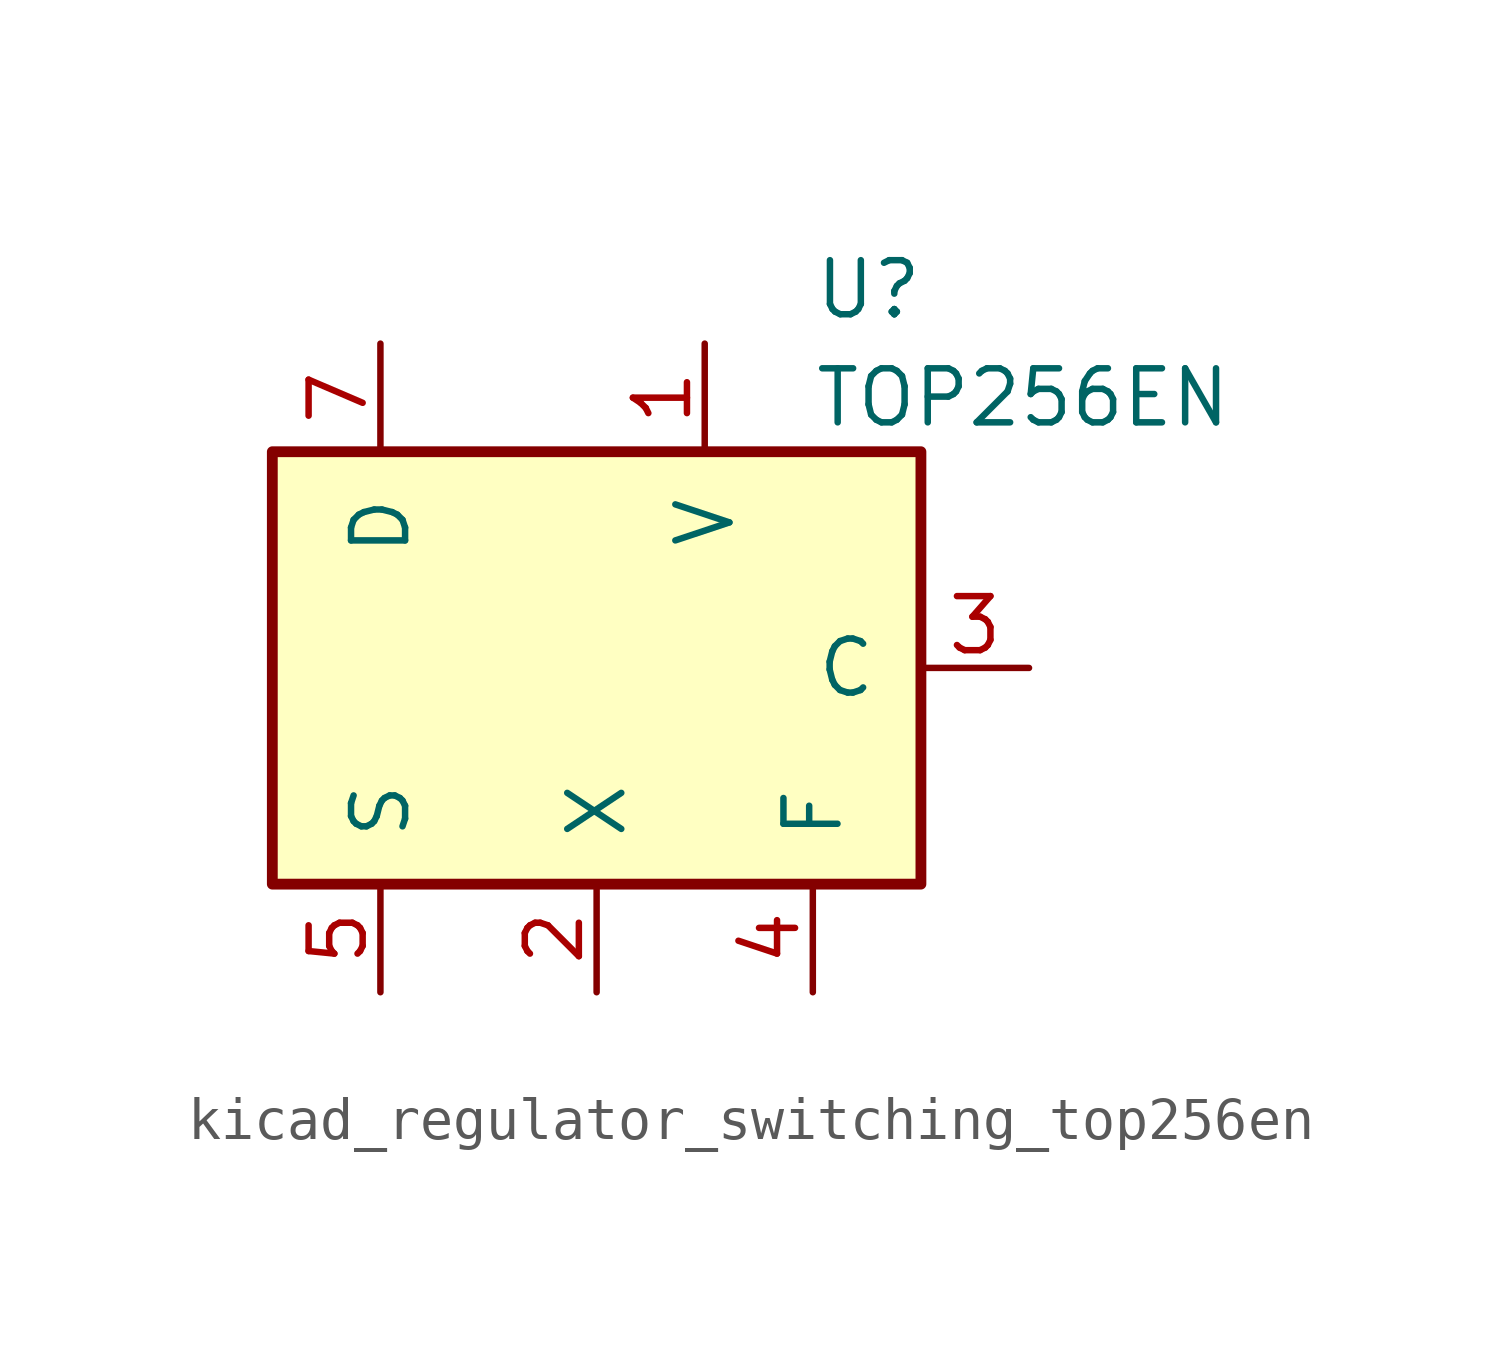
<source format=kicad_sym>
(kicad_symbol_lib
  (version 20220914)
  (generator kicad_symbol_editor)
  (symbol "kicad_regulator_switching_top256en"
    (pin_names
      (offset 1.016))
    (property "Reference" "U"
      (at 5.08 8.89 0)
      (effects (font (size 1.27 1.27)) (justify left)))
    (property "Value" "TOP256EN"
      (at 5.08 6.35 0)
      (effects (font (size 1.27 1.27)) (justify left)))
    (symbol "kicad_regulator_switching_top256en_0_1"
      (rectangle (start -7.62 5.08) (end 7.62 -5.08) (stroke (width 0.254) (type default)) (fill (type background))))
    (symbol "kicad_regulator_switching_top256en_1_1"
      (pin input line (at 2.54 7.62 270) (length 2.54) (name "V" (effects (font (size 1.27 1.27)))) (number "1" (effects (font (size 1.27 1.27)))))
      (pin input line (at 0 -7.62 90) (length 2.54) (name "X" (effects (font (size 1.27 1.27)))) (number "2" (effects (font (size 1.27 1.27)))))
      (pin input line (at 10.16 0 180) (length 2.54) (name "C" (effects (font (size 1.27 1.27)))) (number "3" (effects (font (size 1.27 1.27)))))
      (pin passive line (at 5.08 -7.62 90) (length 2.54) (name "F" (effects (font (size 1.27 1.27)))) (number "4" (effects (font (size 1.27 1.27)))))
      (pin power_in line (at -5.08 -7.62 90) (length 2.54) (name "S" (effects (font (size 1.27 1.27)))) (number "5" (effects (font (size 1.27 1.27)))))
      (pin open_collector line (at -5.08 7.62 270) (length 2.54) (name "D" (effects (font (size 1.27 1.27)))) (number "7" (effects (font (size 1.27 1.27))))))))
</source>
